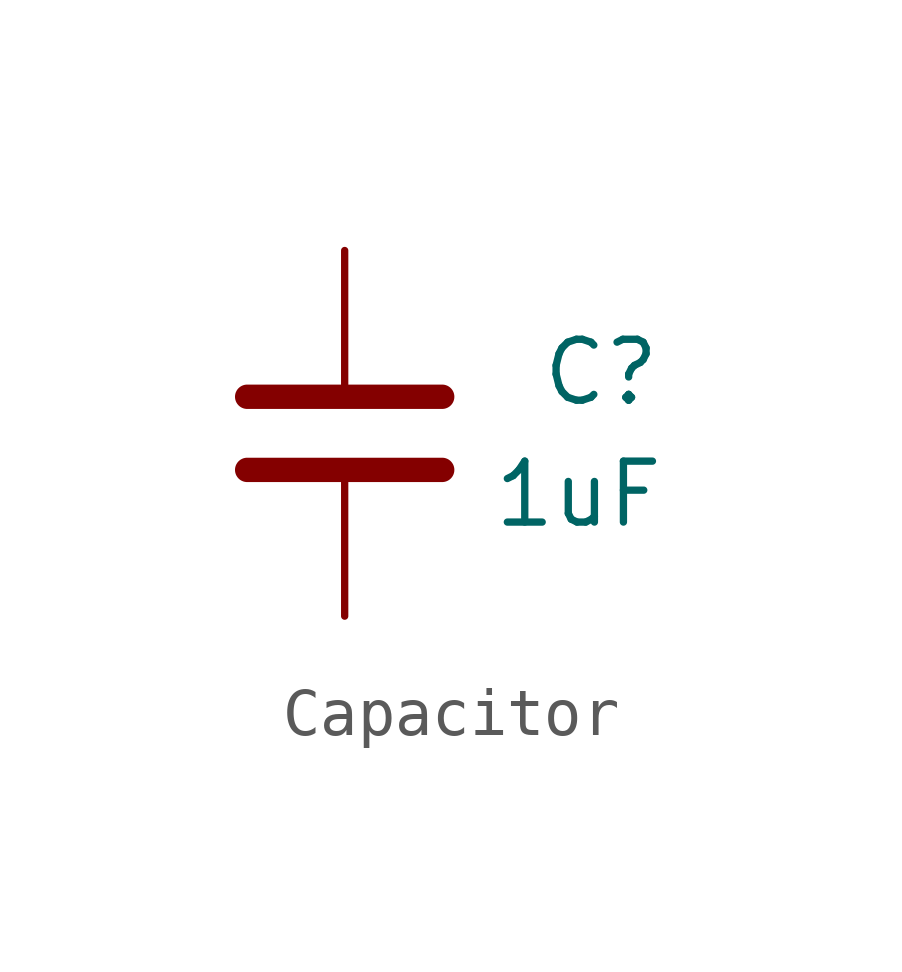
<source format=kicad_sym>
(kicad_symbol_lib
  (version 20231120)
  (generator "kicad_symbol_editor")
  (generator_version "8.0")
  (symbol "Capacitor"
    (pin_numbers hide)
    (pin_names
      (offset 0.254))
    (property "Reference" "C"
      (at 4.064 1.27 0)
      (effects (font (size 1.27 1.27)) (justify left)))
    (property "Value" "1uF"
      (at 3.048 -1.27 0)
      (effects (font (size 1.27 1.27)) (justify left)))
    (symbol "Capacitor_0_1"
      (polyline (pts (xy -2.032 -0.762) (xy 2.032 -0.762)) (stroke (width 0.508) (type default)) (fill (type none)))
      (polyline (pts (xy -2.032 0.762) (xy 2.032 0.762)) (stroke (width 0.508) (type default)) (fill (type none))))
    (symbol "Capacitor_1_1"
      (pin passive line (at 0 3.81 270) (length 2.794) (name "~" (effects (font (size 1.27 1.27)))) (number "1" (effects (font (size 1.27 1.27)))))
      (pin passive line (at 0 -3.81 90) (length 2.794) (name "~" (effects (font (size 1.27 1.27)))) (number "2" (effects (font (size 1.27 1.27))))))))
</source>
